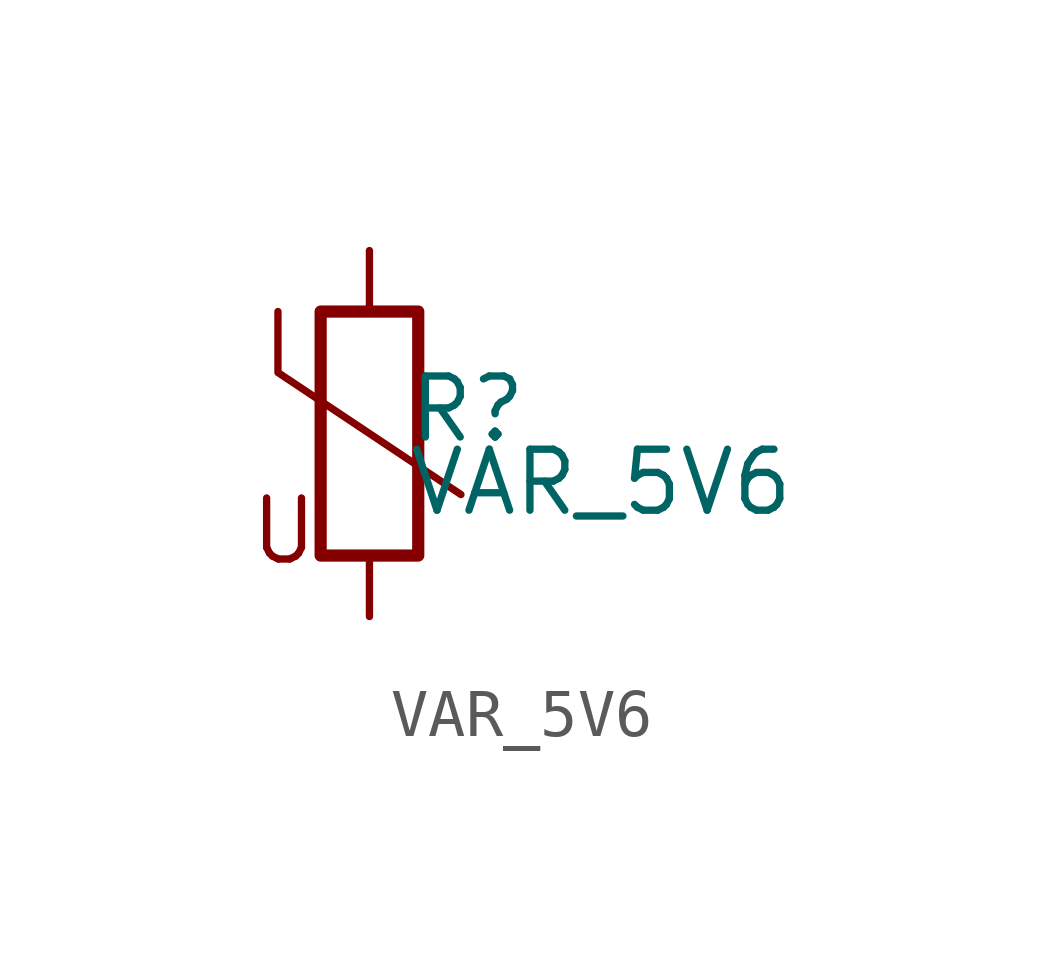
<source format=kicad_sym>
(kicad_symbol_lib
  (version 20211014)
  (generator kicad_symbol_editor)
  (symbol "VAR_5V6"
    (pin_numbers hide)
    (pin_names
      (offset 0.254) hide)
    (property "Reference" "R"
      (at 0.762 0.508 0)
      (effects (font (size 1.27 1.27)) (justify left)))
    (property "Value" "VAR_5V6"
      (at 0.762 -1.016 0)
      (effects (font (size 1.27 1.27)) (justify left)))
    (symbol "VAR_5V6_0_0"
      (text "U" (at -1.778 -2.032 0) (effects (font (size 1.27 1.27)))))
    (symbol "VAR_5V6_0_1"
      (rectangle (start -1.016 -2.54) (end 1.016 2.54) (stroke (width 0.254) (type default) (color 0 0 0 0)) (fill (type none)))
      (polyline (pts (xy -1.905 2.54) (xy -1.905 1.27) (xy 1.905 -1.27)) (stroke (width 0) (type default) (color 0 0 0 0)) (fill (type none))))
    (symbol "VAR_5V6_1_1"
      (pin passive line (at 0 3.81 270) (length 1.27) (name "~" (effects (font (size 1.27 1.27)))) (number "1" (effects (font (size 1.27 1.27)))))
      (pin passive line (at 0 -3.81 90) (length 1.27) (name "~" (effects (font (size 1.27 1.27)))) (number "2" (effects (font (size 1.27 1.27))))))))
</source>
